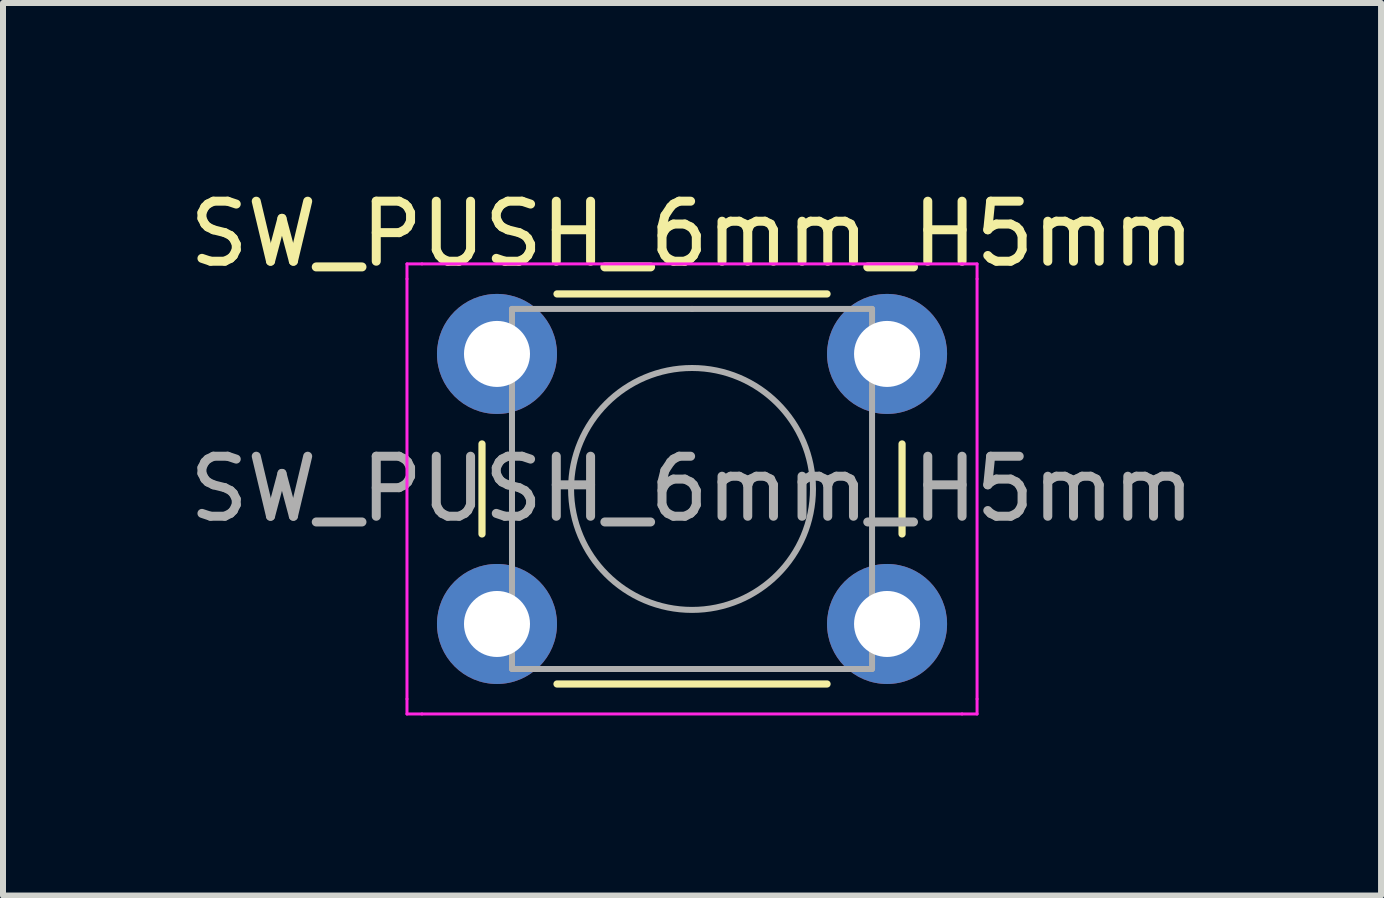
<source format=kicad_pcb>
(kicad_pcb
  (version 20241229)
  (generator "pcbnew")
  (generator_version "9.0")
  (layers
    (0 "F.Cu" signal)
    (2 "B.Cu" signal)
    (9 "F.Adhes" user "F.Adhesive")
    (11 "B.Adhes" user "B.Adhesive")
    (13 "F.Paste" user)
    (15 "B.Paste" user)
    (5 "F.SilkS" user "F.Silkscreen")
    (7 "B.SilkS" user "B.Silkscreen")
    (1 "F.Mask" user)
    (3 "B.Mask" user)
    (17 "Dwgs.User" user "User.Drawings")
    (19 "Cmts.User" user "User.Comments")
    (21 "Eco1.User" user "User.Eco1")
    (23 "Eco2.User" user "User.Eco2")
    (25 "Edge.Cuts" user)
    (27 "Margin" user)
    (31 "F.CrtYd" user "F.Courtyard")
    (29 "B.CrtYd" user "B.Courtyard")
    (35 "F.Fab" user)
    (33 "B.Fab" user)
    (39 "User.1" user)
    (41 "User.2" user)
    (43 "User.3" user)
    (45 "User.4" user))
  (footprint "SW_PUSH_6mm_H5mm"
    (layer "F.Cu")
    (at 5.232 2.848)
    (property "Reference" "SW_PUSH_6mm_H5mm" (at 3.25 -2 0) (layer "F.SilkS") (effects (font (size 1 1) (thickness 0.15))))
    (attr through_hole)
    (fp_line (start -0.25 1.5) (end -0.25 3) (stroke (width 0.12) (type solid)) (layer "F.SilkS"))
    (fp_line (start 1 5.5) (end 5.5 5.5) (stroke (width 0.12) (type solid)) (layer "F.SilkS"))
    (fp_line (start 5.5 -1) (end 1 -1) (stroke (width 0.12) (type solid)) (layer "F.SilkS"))
    (fp_line (start 6.75 3) (end 6.75 1.5) (stroke (width 0.12) (type solid)) (layer "F.SilkS"))
    (fp_line (start -1.5 -1.5) (end -1.25 -1.5) (stroke (width 0.05) (type solid)) (layer "F.CrtYd"))
    (fp_line (start -1.5 -1.25) (end -1.5 -1.5) (stroke (width 0.05) (type solid)) (layer "F.CrtYd"))
    (fp_line (start -1.5 5.75) (end -1.5 -1.25) (stroke (width 0.05) (type solid)) (layer "F.CrtYd"))
    (fp_line (start -1.5 5.75) (end -1.5 6) (stroke (width 0.05) (type solid)) (layer "F.CrtYd"))
    (fp_line (start -1.5 6) (end -1.25 6) (stroke (width 0.05) (type solid)) (layer "F.CrtYd"))
    (fp_line (start -1.25 -1.5) (end 7.75 -1.5) (stroke (width 0.05) (type solid)) (layer "F.CrtYd"))
    (fp_line (start 7.75 -1.5) (end 8 -1.5) (stroke (width 0.05) (type solid)) (layer "F.CrtYd"))
    (fp_line (start 7.75 6) (end -1.25 6) (stroke (width 0.05) (type solid)) (layer "F.CrtYd"))
    (fp_line (start 7.75 6) (end 8 6) (stroke (width 0.05) (type solid)) (layer "F.CrtYd"))
    (fp_line (start 8 -1.5) (end 8 -1.25) (stroke (width 0.05) (type solid)) (layer "F.CrtYd"))
    (fp_line (start 8 -1.25) (end 8 5.75) (stroke (width 0.05) (type solid)) (layer "F.CrtYd"))
    (fp_line (start 8 6) (end 8 5.75) (stroke (width 0.05) (type solid)) (layer "F.CrtYd"))
    (fp_line (start 0.25 -0.75) (end 3.25 -0.75) (stroke (width 0.1) (type solid)) (layer "F.Fab"))
    (fp_line (start 0.25 5.25) (end 0.25 -0.75) (stroke (width 0.1) (type solid)) (layer "F.Fab"))
    (fp_line (start 3.25 -0.75) (end 6.25 -0.75) (stroke (width 0.1) (type solid)) (layer "F.Fab"))
    (fp_line (start 6.25 -0.75) (end 6.25 5.25) (stroke (width 0.1) (type solid)) (layer "F.Fab"))
    (fp_line (start 6.25 5.25) (end 0.25 5.25) (stroke (width 0.1) (type solid)) (layer "F.Fab"))
    (fp_circle (center 3.25 2.25) (end 1.25 2.5) (stroke (width 0.1) (type solid)) (fill no) (layer "F.Fab"))
    (fp_text user "${REFERENCE}" (at 3.25 2.25 0) (layer "F.Fab") (effects (font (size 1 1) (thickness 0.15))))
    (pad "1" thru_hole circle (at 0 0 90) (size 2 2) (drill 1.1) (layers "*.Cu" "*.Mask"))
    (pad "1" thru_hole circle (at 6.5 0 90) (size 2 2) (drill 1.1) (layers "*.Cu" "*.Mask"))
    (pad "2" thru_hole circle (at 0 4.5 90) (size 2 2) (drill 1.1) (layers "*.Cu" "*.Mask"))
    (pad "2" thru_hole circle (at 6.5 4.5 90) (size 2 2) (drill 1.1) (layers "*.Cu" "*.Mask")))
  (gr_rect
    (start -3 -3)
    (end 19.964 11.873)
    (stroke (width 0.1) (type default))
    (fill no)
    (layer "Edge.Cuts")))
</source>
